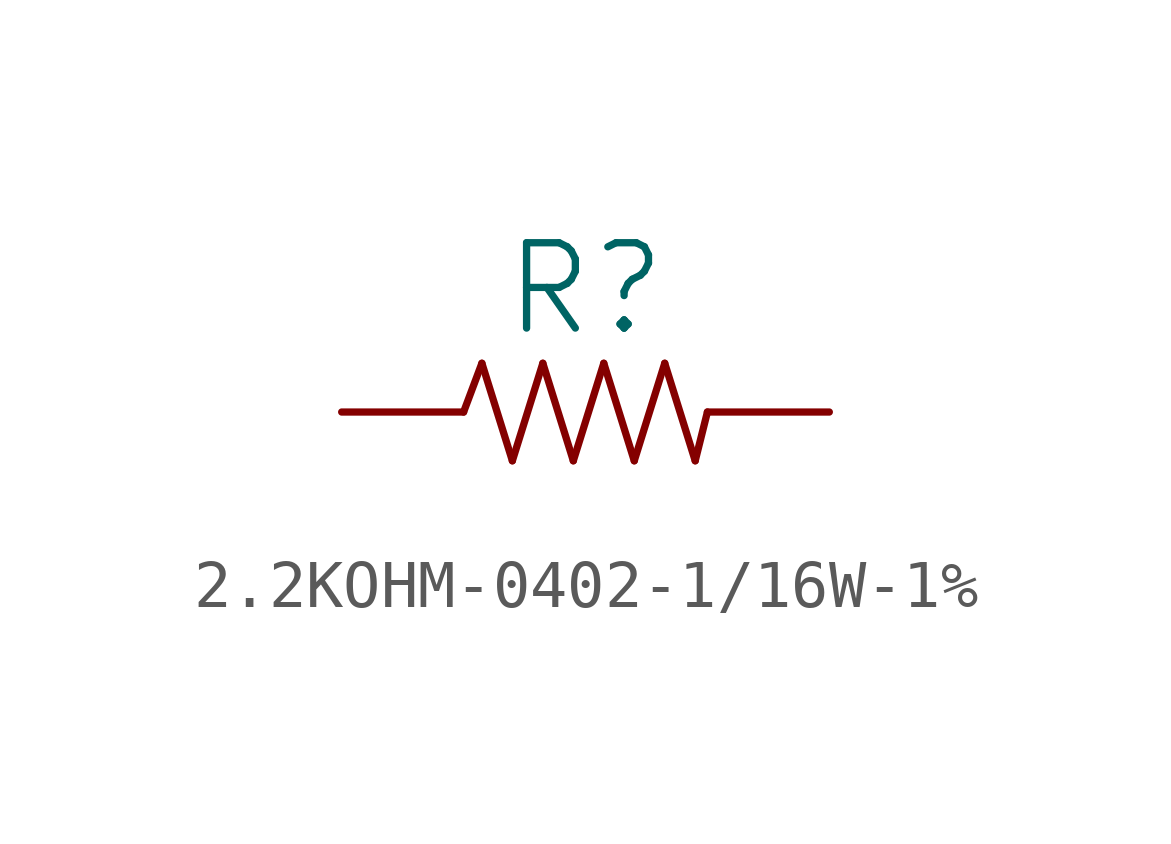
<source format=kicad_sym>
(kicad_symbol_lib
  (version 20220914)
  (generator kicad_symbol_editor)
  (symbol "2.2KOHM-0402-1/16W-1%"
    (property "Reference" "R"
      (at 0 1.524 0)
      (effects (font (size 1.778 1.778)) (justify bottom)))
    (property "Value" ""
      (at 0 -1.524 0)
      (effects (font (size 1.778 1.778)) (justify top)))
    (property "ki_locked" ""
      (at 0 0 0)
      (effects (font (size 1.27 1.27))))
    (symbol "2.2KOHM-0402-1/16W-1%_1_0"
      (polyline (pts (xy -2.54 0) (xy -2.159 1.016)) (stroke (width 0.152) (type solid)) (fill (type none)))
      (polyline (pts (xy -2.159 1.016) (xy -1.524 -1.016)) (stroke (width 0.152) (type solid)) (fill (type none)))
      (polyline (pts (xy -1.524 -1.016) (xy -0.889 1.016)) (stroke (width 0.152) (type solid)) (fill (type none)))
      (polyline (pts (xy -0.889 1.016) (xy -0.254 -1.016)) (stroke (width 0.152) (type solid)) (fill (type none)))
      (polyline (pts (xy -0.254 -1.016) (xy 0.381 1.016)) (stroke (width 0.152) (type solid)) (fill (type none)))
      (polyline (pts (xy 0.381 1.016) (xy 1.016 -1.016)) (stroke (width 0.152) (type solid)) (fill (type none)))
      (polyline (pts (xy 1.016 -1.016) (xy 1.651 1.016)) (stroke (width 0.152) (type solid)) (fill (type none)))
      (polyline (pts (xy 1.651 1.016) (xy 2.286 -1.016)) (stroke (width 0.152) (type solid)) (fill (type none)))
      (polyline (pts (xy 2.286 -1.016) (xy 2.54 0)) (stroke (width 0.152) (type solid)) (fill (type none)))
      (pin passive line (at -5.08 0 0) (length 2.54) (name "1" (effects (font (size 0 0)))) (number "1" (effects (font (size 0 0)))))
      (pin passive line (at 5.08 0 180) (length 2.54) (name "2" (effects (font (size 0 0)))) (number "2" (effects (font (size 0 0))))))))
</source>
